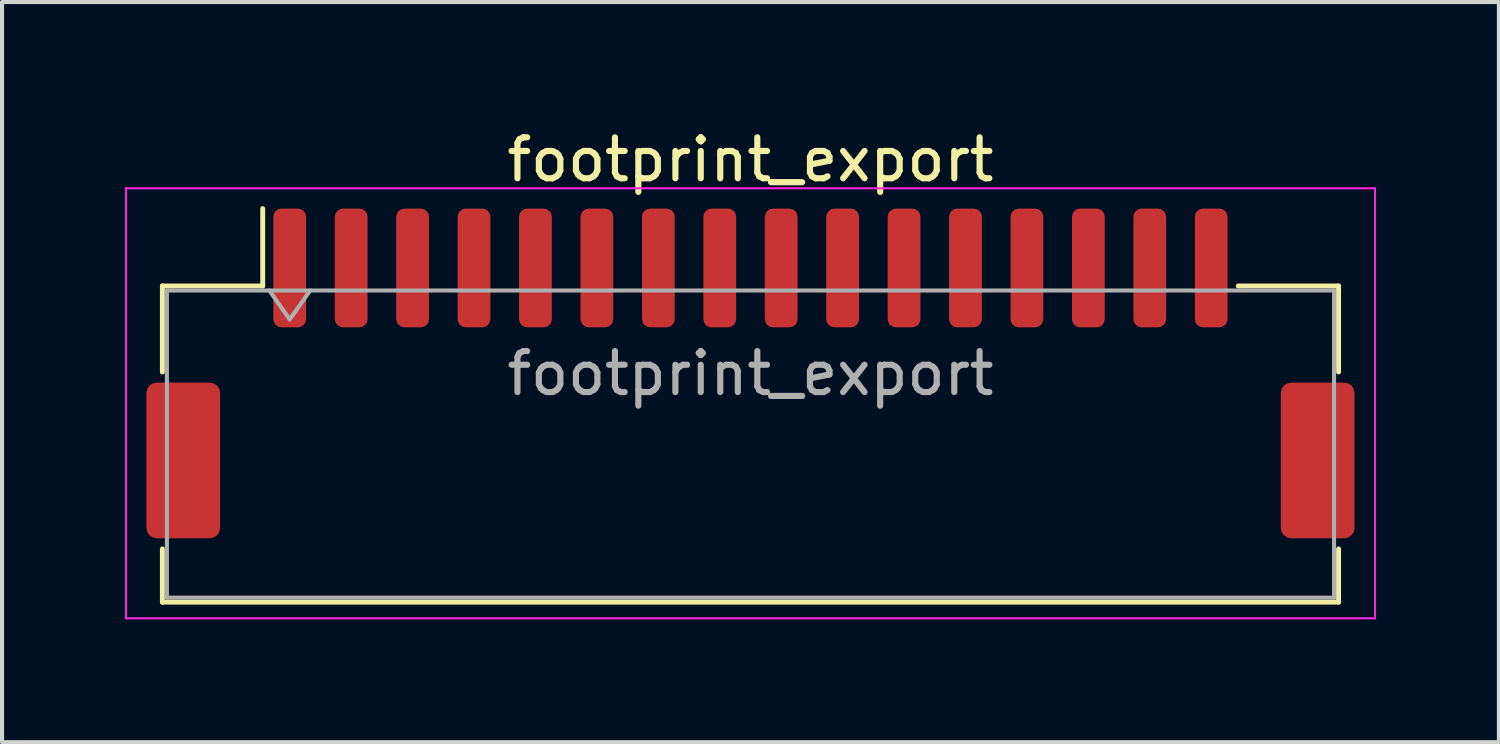
<source format=kicad_pcb>
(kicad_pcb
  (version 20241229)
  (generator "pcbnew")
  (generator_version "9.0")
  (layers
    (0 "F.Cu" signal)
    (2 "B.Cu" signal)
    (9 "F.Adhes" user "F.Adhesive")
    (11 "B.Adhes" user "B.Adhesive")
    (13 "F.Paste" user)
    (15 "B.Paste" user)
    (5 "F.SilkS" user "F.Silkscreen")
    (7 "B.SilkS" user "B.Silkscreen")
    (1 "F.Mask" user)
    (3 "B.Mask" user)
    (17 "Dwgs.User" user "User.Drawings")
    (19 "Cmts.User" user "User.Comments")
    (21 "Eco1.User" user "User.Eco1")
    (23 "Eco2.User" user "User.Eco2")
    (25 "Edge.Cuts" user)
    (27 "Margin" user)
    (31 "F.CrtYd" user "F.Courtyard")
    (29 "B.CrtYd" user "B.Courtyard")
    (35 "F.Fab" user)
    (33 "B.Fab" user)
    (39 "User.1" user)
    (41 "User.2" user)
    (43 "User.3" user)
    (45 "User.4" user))
  (footprint "footprint_export"
    (layer "F.Cu")
    (at 15.275 6.068)
    (property "Reference" "footprint_export" (at 0 -5.22 0) (layer "F.SilkS") (effects (font (size 1 1) (thickness 0.15))))
    (attr smd)
    (fp_line (start -14.36 -2.135) (end -11.91 -2.135) (stroke (width 0.12) (type solid)) (layer "F.SilkS"))
    (fp_line (start -14.36 -0.035) (end -14.36 -2.135) (stroke (width 0.12) (type solid)) (layer "F.SilkS"))
    (fp_line (start -14.36 4.285) (end -14.36 5.585) (stroke (width 0.12) (type solid)) (layer "F.SilkS"))
    (fp_line (start -14.36 5.585) (end 14.36 5.585) (stroke (width 0.12) (type solid)) (layer "F.SilkS"))
    (fp_line (start -11.91 -2.135) (end -11.91 -4.025) (stroke (width 0.12) (type solid)) (layer "F.SilkS"))
    (fp_line (start 14.36 -2.135) (end 11.91 -2.135) (stroke (width 0.12) (type solid)) (layer "F.SilkS"))
    (fp_line (start 14.36 -0.035) (end 14.36 -2.135) (stroke (width 0.12) (type solid)) (layer "F.SilkS"))
    (fp_line (start 14.36 5.585) (end 14.36 4.285) (stroke (width 0.12) (type solid)) (layer "F.SilkS"))
    (fp_line (start -15.25 -4.52) (end -15.25 5.98) (stroke (width 0.05) (type solid)) (layer "F.CrtYd"))
    (fp_line (start -15.25 5.98) (end 15.25 5.98) (stroke (width 0.05) (type solid)) (layer "F.CrtYd"))
    (fp_line (start 15.25 -4.52) (end -15.25 -4.52) (stroke (width 0.05) (type solid)) (layer "F.CrtYd"))
    (fp_line (start 15.25 5.98) (end 15.25 -4.52) (stroke (width 0.05) (type solid)) (layer "F.CrtYd"))
    (fp_line (start -14.25 -2.025) (end -14.25 5.475) (stroke (width 0.1) (type solid)) (layer "F.Fab"))
    (fp_line (start -14.25 -2.025) (end 14.25 -2.025) (stroke (width 0.1) (type solid)) (layer "F.Fab"))
    (fp_line (start -14.25 5.475) (end 14.25 5.475) (stroke (width 0.1) (type solid)) (layer "F.Fab"))
    (fp_line (start -11.75 -2.025) (end -11.25 -1.318) (stroke (width 0.1) (type solid)) (layer "F.Fab"))
    (fp_line (start -11.25 -1.318) (end -10.75 -2.025) (stroke (width 0.1) (type solid)) (layer "F.Fab"))
    (fp_line (start 14.25 -2.025) (end 14.25 5.475) (stroke (width 0.1) (type solid)) (layer "F.Fab"))
    (fp_text user "${REFERENCE}" (at 0 0 0) (layer "F.Fab") (effects (font (size 1 1) (thickness 0.15))))
    (pad "1" smd roundrect (at -11.25 -2.575) (size 0.8 2.9) (layers "F.Cu" "F.Mask" "F.Paste") (roundrect_rratio 0.25))
    (pad "2" smd roundrect (at -9.75 -2.575) (size 0.8 2.9) (layers "F.Cu" "F.Mask" "F.Paste") (roundrect_rratio 0.25))
    (pad "3" smd roundrect (at -8.25 -2.575) (size 0.8 2.9) (layers "F.Cu" "F.Mask" "F.Paste") (roundrect_rratio 0.25))
    (pad "4" smd roundrect (at -6.75 -2.575) (size 0.8 2.9) (layers "F.Cu" "F.Mask" "F.Paste") (roundrect_rratio 0.25))
    (pad "5" smd roundrect (at -5.25 -2.575) (size 0.8 2.9) (layers "F.Cu" "F.Mask" "F.Paste") (roundrect_rratio 0.25))
    (pad "6" smd roundrect (at -3.75 -2.575) (size 0.8 2.9) (layers "F.Cu" "F.Mask" "F.Paste") (roundrect_rratio 0.25))
    (pad "7" smd roundrect (at -2.25 -2.575) (size 0.8 2.9) (layers "F.Cu" "F.Mask" "F.Paste") (roundrect_rratio 0.25))
    (pad "8" smd roundrect (at -0.75 -2.575) (size 0.8 2.9) (layers "F.Cu" "F.Mask" "F.Paste") (roundrect_rratio 0.25))
    (pad "9" smd roundrect (at 0.75 -2.575) (size 0.8 2.9) (layers "F.Cu" "F.Mask" "F.Paste") (roundrect_rratio 0.25))
    (pad "10" smd roundrect (at 2.25 -2.575) (size 0.8 2.9) (layers "F.Cu" "F.Mask" "F.Paste") (roundrect_rratio 0.25))
    (pad "11" smd roundrect (at 3.75 -2.575) (size 0.8 2.9) (layers "F.Cu" "F.Mask" "F.Paste") (roundrect_rratio 0.25))
    (pad "12" smd roundrect (at 5.25 -2.575) (size 0.8 2.9) (layers "F.Cu" "F.Mask" "F.Paste") (roundrect_rratio 0.25))
    (pad "13" smd roundrect (at 6.75 -2.575) (size 0.8 2.9) (layers "F.Cu" "F.Mask" "F.Paste") (roundrect_rratio 0.25))
    (pad "14" smd roundrect (at 8.25 -2.575) (size 0.8 2.9) (layers "F.Cu" "F.Mask" "F.Paste") (roundrect_rratio 0.25))
    (pad "15" smd roundrect (at 9.75 -2.575) (size 0.8 2.9) (layers "F.Cu" "F.Mask" "F.Paste") (roundrect_rratio 0.25))
    (pad "16" smd roundrect (at 11.25 -2.575) (size 0.8 2.9) (layers "F.Cu" "F.Mask" "F.Paste") (roundrect_rratio 0.25))
    (pad "MP" smd roundrect (at -13.85 2.125) (size 1.8 3.8) (layers "F.Cu" "F.Mask" "F.Paste") (roundrect_rratio 0.139))
    (pad "MP" smd roundrect (at 13.85 2.125) (size 1.8 3.8) (layers "F.Cu" "F.Mask" "F.Paste") (roundrect_rratio 0.139)))
  (gr_rect
    (start -3 -3)
    (end 33.55 15.073)
    (stroke (width 0.1) (type default))
    (fill no)
    (layer "Edge.Cuts")))
</source>
